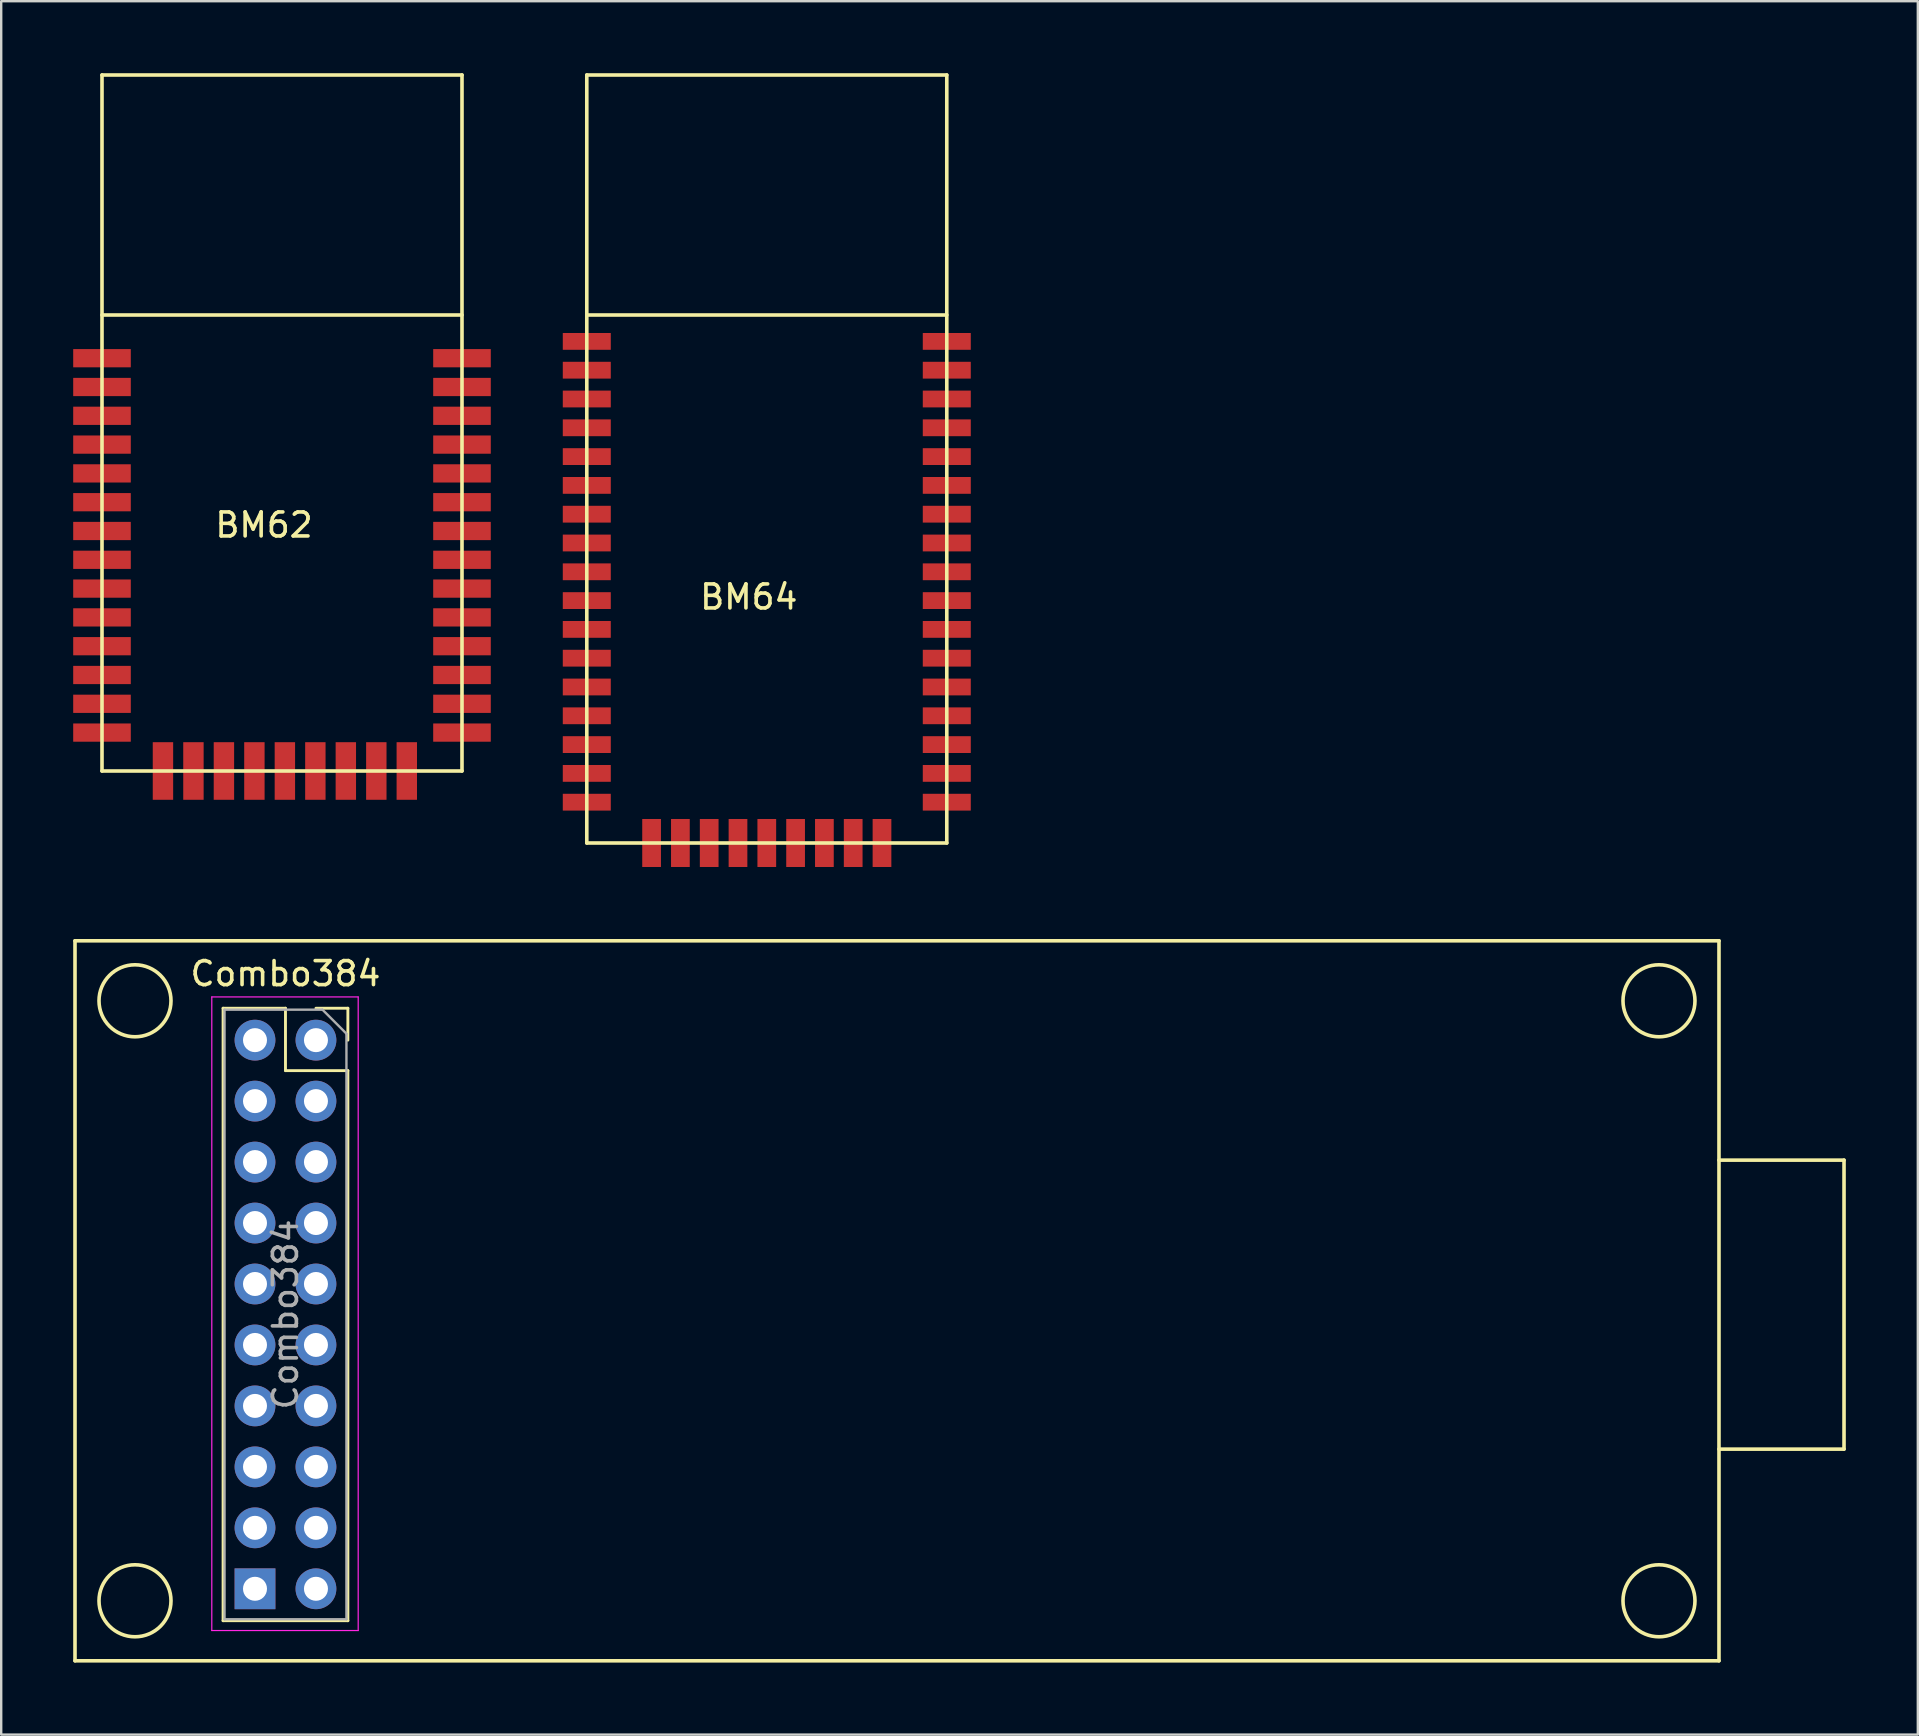
<source format=kicad_pcb>
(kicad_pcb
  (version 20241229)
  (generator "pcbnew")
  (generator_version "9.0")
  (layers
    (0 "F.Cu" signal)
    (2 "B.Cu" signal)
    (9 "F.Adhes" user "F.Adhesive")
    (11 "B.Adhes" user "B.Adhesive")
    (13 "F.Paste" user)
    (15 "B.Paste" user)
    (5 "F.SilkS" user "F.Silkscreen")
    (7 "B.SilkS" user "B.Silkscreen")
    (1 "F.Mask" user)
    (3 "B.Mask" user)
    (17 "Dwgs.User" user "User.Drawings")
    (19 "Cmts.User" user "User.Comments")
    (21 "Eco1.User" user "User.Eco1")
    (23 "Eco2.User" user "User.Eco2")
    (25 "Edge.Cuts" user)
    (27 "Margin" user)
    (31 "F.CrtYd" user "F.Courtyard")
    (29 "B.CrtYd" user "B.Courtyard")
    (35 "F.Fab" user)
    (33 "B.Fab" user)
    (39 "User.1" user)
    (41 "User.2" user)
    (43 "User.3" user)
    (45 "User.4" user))
  (footprint "BM64"
    (layer "F.Cu")
    (at 21.4 32.075)
    (property "Reference" "BM64" (at 6.75 -10.25 0) (layer "F.SilkS") (effects (font (size 1 1) (thickness 0.15))))
    (attr through_hole)
    (fp_line (start 0 -22) (end 15 -22) (stroke (width 0.15) (type solid)) (layer "F.SilkS"))
    (fp_line (start 0 0) (end 0 -32) (stroke (width 0.15) (type solid)) (layer "F.SilkS"))
    (fp_line (start 0 0) (end 15 0) (stroke (width 0.15) (type solid)) (layer "F.SilkS"))
    (fp_line (start 15 -32) (end 0 -32) (stroke (width 0.15) (type solid)) (layer "F.SilkS"))
    (fp_line (start 15 0) (end 15 -32) (stroke (width 0.15) (type solid)) (layer "F.SilkS"))
    (pad "1" smd rect (at 0 -20.9) (size 2 0.7) (layers "F.Cu" "F.Mask" "F.Paste"))
    (pad "2" smd rect (at 0 -19.7) (size 2 0.7) (layers "F.Cu" "F.Mask" "F.Paste"))
    (pad "3" smd rect (at 0 -18.5) (size 2 0.7) (layers "F.Cu" "F.Mask" "F.Paste"))
    (pad "4" smd rect (at 0 -17.3) (size 2 0.7) (layers "F.Cu" "F.Mask" "F.Paste"))
    (pad "5" smd rect (at 0 -16.1) (size 2 0.7) (layers "F.Cu" "F.Mask" "F.Paste"))
    (pad "6" smd rect (at 0 -14.9) (size 2 0.7) (layers "F.Cu" "F.Mask" "F.Paste"))
    (pad "7" smd rect (at 0 -13.7) (size 2 0.7) (layers "F.Cu" "F.Mask" "F.Paste"))
    (pad "8" smd rect (at 0 -12.5) (size 2 0.7) (layers "F.Cu" "F.Mask" "F.Paste"))
    (pad "9" smd rect (at 0 -11.3) (size 2 0.7) (layers "F.Cu" "F.Mask" "F.Paste"))
    (pad "10" smd rect (at 0 -10.1) (size 2 0.7) (layers "F.Cu" "F.Mask" "F.Paste"))
    (pad "11" smd rect (at 0 -8.9) (size 2 0.7) (layers "F.Cu" "F.Mask" "F.Paste"))
    (pad "12" smd rect (at 0 -7.7) (size 2 0.7) (layers "F.Cu" "F.Mask" "F.Paste"))
    (pad "13" smd rect (at 0 -6.5) (size 2 0.7) (layers "F.Cu" "F.Mask" "F.Paste"))
    (pad "14" smd rect (at 0 -5.3) (size 2 0.7) (layers "F.Cu" "F.Mask" "F.Paste"))
    (pad "15" smd rect (at 0 -4.1) (size 2 0.7) (layers "F.Cu" "F.Mask" "F.Paste"))
    (pad "16" smd rect (at 0 -2.9) (size 2 0.7) (layers "F.Cu" "F.Mask" "F.Paste"))
    (pad "17" smd rect (at 0 -1.7) (size 2 0.7) (layers "F.Cu" "F.Mask" "F.Paste"))
    (pad "18" smd rect (at 2.7 0) (size 0.78 2) (layers "F.Cu" "F.Mask" "F.Paste"))
    (pad "19" smd rect (at 3.9 0) (size 0.78 2) (layers "F.Cu" "F.Mask" "F.Paste"))
    (pad "20" smd rect (at 5.1 0) (size 0.78 2) (layers "F.Cu" "F.Mask" "F.Paste"))
    (pad "21" smd rect (at 6.3 0) (size 0.78 2) (layers "F.Cu" "F.Mask" "F.Paste"))
    (pad "22" smd rect (at 7.5 0) (size 0.78 2) (layers "F.Cu" "F.Mask" "F.Paste"))
    (pad "23" smd rect (at 8.7 0) (size 0.78 2) (layers "F.Cu" "F.Mask" "F.Paste"))
    (pad "24" smd rect (at 9.9 0) (size 0.78 2) (layers "F.Cu" "F.Mask" "F.Paste"))
    (pad "25" smd rect (at 11.1 0) (size 0.78 2) (layers "F.Cu" "F.Mask" "F.Paste"))
    (pad "26" smd rect (at 12.3 0) (size 0.78 2) (layers "F.Cu" "F.Mask" "F.Paste"))
    (pad "27" smd rect (at 15 -1.7) (size 2 0.7) (layers "F.Cu" "F.Mask" "F.Paste"))
    (pad "28" smd rect (at 15 -2.9) (size 2 0.7) (layers "F.Cu" "F.Mask" "F.Paste"))
    (pad "29" smd rect (at 15 -4.1) (size 2 0.7) (layers "F.Cu" "F.Mask" "F.Paste"))
    (pad "30" smd rect (at 15 -5.3) (size 2 0.7) (layers "F.Cu" "F.Mask" "F.Paste"))
    (pad "31" smd rect (at 15 -6.5) (size 2 0.7) (layers "F.Cu" "F.Mask" "F.Paste"))
    (pad "32" smd rect (at 15 -7.7) (size 2 0.7) (layers "F.Cu" "F.Mask" "F.Paste"))
    (pad "33" smd rect (at 15 -8.9) (size 2 0.7) (layers "F.Cu" "F.Mask" "F.Paste"))
    (pad "34" smd rect (at 15 -10.1) (size 2 0.7) (layers "F.Cu" "F.Mask" "F.Paste"))
    (pad "35" smd rect (at 15 -11.3) (size 2 0.7) (layers "F.Cu" "F.Mask" "F.Paste"))
    (pad "36" smd rect (at 15 -12.5) (size 2 0.7) (layers "F.Cu" "F.Mask" "F.Paste"))
    (pad "37" smd rect (at 15 -13.7) (size 2 0.7) (layers "F.Cu" "F.Mask" "F.Paste"))
    (pad "38" smd rect (at 15 -14.9) (size 2 0.7) (layers "F.Cu" "F.Mask" "F.Paste"))
    (pad "39" smd rect (at 15 -16.1) (size 2 0.7) (layers "F.Cu" "F.Mask" "F.Paste"))
    (pad "40" smd rect (at 15 -17.3) (size 2 0.7) (layers "F.Cu" "F.Mask" "F.Paste"))
    (pad "41" smd rect (at 15 -18.5) (size 2 0.7) (layers "F.Cu" "F.Mask" "F.Paste"))
    (pad "42" smd rect (at 15 -19.7) (size 2 0.7) (layers "F.Cu" "F.Mask" "F.Paste"))
    (pad "43" smd rect (at 15 -20.9) (size 2 0.7) (layers "F.Cu" "F.Mask" "F.Paste")))
  (footprint "Combo384"
    (layer "F.Cu")
    (at 10.115 40.29)
    (property "Reference" "Combo384" (at -1.27 -2.77 0) (layer "F.SilkS") (effects (font (size 1 1) (thickness 0.15))))
    (attr through_hole)
    (fp_line (start -10.04 -4.14) (end -10.04 25.86) (stroke (width 0.15) (type solid)) (layer "F.SilkS"))
    (fp_line (start -10.04 25.86) (end 58.46 25.86) (stroke (width 0.15) (type solid)) (layer "F.SilkS"))
    (fp_line (start -3.87 -1.33) (end -3.87 24.19) (stroke (width 0.12) (type solid)) (layer "F.SilkS"))
    (fp_line (start -3.87 -1.33) (end -1.27 -1.33) (stroke (width 0.12) (type solid)) (layer "F.SilkS"))
    (fp_line (start -3.87 24.19) (end 1.33 24.19) (stroke (width 0.12) (type solid)) (layer "F.SilkS"))
    (fp_line (start -1.27 -1.33) (end -1.27 1.27) (stroke (width 0.12) (type solid)) (layer "F.SilkS"))
    (fp_line (start -1.27 1.27) (end 1.33 1.27) (stroke (width 0.12) (type solid)) (layer "F.SilkS"))
    (fp_line (start 0 -1.33) (end 1.33 -1.33) (stroke (width 0.12) (type solid)) (layer "F.SilkS"))
    (fp_line (start 1.33 -1.33) (end 1.33 0) (stroke (width 0.12) (type solid)) (layer "F.SilkS"))
    (fp_line (start 1.33 1.27) (end 1.33 24.19) (stroke (width 0.12) (type solid)) (layer "F.SilkS"))
    (fp_line (start 58.46 -4.14) (end -10.04 -4.14) (stroke (width 0.15) (type solid)) (layer "F.SilkS"))
    (fp_line (start 58.46 5) (end 63.67 5) (stroke (width 0.15) (type solid)) (layer "F.SilkS"))
    (fp_line (start 58.46 25.86) (end 58.46 -4.14) (stroke (width 0.15) (type solid)) (layer "F.SilkS"))
    (fp_line (start 63.67 5) (end 63.67 17.04) (stroke (width 0.15) (type solid)) (layer "F.SilkS"))
    (fp_line (start 63.67 17.04) (end 58.46 17.04) (stroke (width 0.15) (type solid)) (layer "F.SilkS"))
    (fp_circle (center -7.54 -1.64) (end -6.04 -1.64) (stroke (width 0.15) (type solid)) (fill no) (layer "F.SilkS"))
    (fp_circle (center -7.54 23.36) (end -6.04 23.36) (stroke (width 0.15) (type solid)) (fill no) (layer "F.SilkS"))
    (fp_circle (center 55.96 -1.64) (end 57.46 -1.64) (stroke (width 0.15) (type solid)) (fill no) (layer "F.SilkS"))
    (fp_circle (center 55.96 23.36) (end 57.46 23.36) (stroke (width 0.15) (type solid)) (fill no) (layer "F.SilkS"))
    (fp_line (start -4.34 -1.8) (end 1.76 -1.8) (stroke (width 0.05) (type solid)) (layer "F.CrtYd"))
    (fp_line (start -4.34 24.6) (end -4.34 -1.8) (stroke (width 0.05) (type solid)) (layer "F.CrtYd"))
    (fp_line (start 1.76 -1.8) (end 1.76 24.6) (stroke (width 0.05) (type solid)) (layer "F.CrtYd"))
    (fp_line (start 1.76 24.6) (end -4.34 24.6) (stroke (width 0.05) (type solid)) (layer "F.CrtYd"))
    (fp_line (start -3.81 -1.27) (end 0.27 -1.27) (stroke (width 0.1) (type solid)) (layer "F.Fab"))
    (fp_line (start -3.81 24.13) (end -3.81 -1.27) (stroke (width 0.1) (type solid)) (layer "F.Fab"))
    (fp_line (start 0.27 -1.27) (end 1.27 -0.27) (stroke (width 0.1) (type solid)) (layer "F.Fab"))
    (fp_line (start 1.27 -0.27) (end 1.27 24.13) (stroke (width 0.1) (type solid)) (layer "F.Fab"))
    (fp_line (start 1.27 24.13) (end -3.81 24.13) (stroke (width 0.1) (type solid)) (layer "F.Fab"))
    (fp_text user "${REFERENCE}" (at -1.27 11.43 90) (layer "F.Fab") (effects (font (size 1 1) (thickness 0.15))))
    (pad "1" thru_hole rect (at -2.54 22.86) (size 1.7 1.7) (drill 1) (layers "*.Cu" "*.Mask"))
    (pad "2" thru_hole oval (at -2.54 20.32) (size 1.7 1.7) (drill 1) (layers "*.Cu" "*.Mask"))
    (pad "3" thru_hole oval (at -2.54 17.78) (size 1.7 1.7) (drill 1) (layers "*.Cu" "*.Mask"))
    (pad "4" thru_hole oval (at -2.54 15.24) (size 1.7 1.7) (drill 1) (layers "*.Cu" "*.Mask"))
    (pad "5" thru_hole oval (at -2.54 12.7) (size 1.7 1.7) (drill 1) (layers "*.Cu" "*.Mask"))
    (pad "6" thru_hole oval (at -2.54 10.16) (size 1.7 1.7) (drill 1) (layers "*.Cu" "*.Mask"))
    (pad "7" thru_hole oval (at -2.54 7.62) (size 1.7 1.7) (drill 1) (layers "*.Cu" "*.Mask"))
    (pad "8" thru_hole oval (at -2.54 5.08) (size 1.7 1.7) (drill 1) (layers "*.Cu" "*.Mask"))
    (pad "9" thru_hole oval (at -2.54 2.54) (size 1.7 1.7) (drill 1) (layers "*.Cu" "*.Mask"))
    (pad "10" thru_hole oval (at -2.54 0) (size 1.7 1.7) (drill 1) (layers "*.Cu" "*.Mask"))
    (pad "11" thru_hole oval (at 0 22.86) (size 1.7 1.7) (drill 1) (layers "*.Cu" "*.Mask"))
    (pad "12" thru_hole oval (at 0 20.32) (size 1.7 1.7) (drill 1) (layers "*.Cu" "*.Mask"))
    (pad "13" thru_hole oval (at 0 17.78) (size 1.7 1.7) (drill 1) (layers "*.Cu" "*.Mask"))
    (pad "14" thru_hole oval (at 0 15.24) (size 1.7 1.7) (drill 1) (layers "*.Cu" "*.Mask"))
    (pad "15" thru_hole oval (at 0 12.7) (size 1.7 1.7) (drill 1) (layers "*.Cu" "*.Mask"))
    (pad "16" thru_hole oval (at 0 10.16) (size 1.7 1.7) (drill 1) (layers "*.Cu" "*.Mask"))
    (pad "17" thru_hole oval (at 0 7.62) (size 1.7 1.7) (drill 1) (layers "*.Cu" "*.Mask"))
    (pad "18" thru_hole oval (at 0 5.08) (size 1.7 1.7) (drill 1) (layers "*.Cu" "*.Mask"))
    (pad "19" thru_hole oval (at 0 2.54) (size 1.7 1.7) (drill 1) (layers "*.Cu" "*.Mask"))
    (pad "20" thru_hole oval (at 0 0) (size 1.7 1.7) (drill 1) (layers "*.Cu" "*.Mask")))
  (footprint "BM62"
    (layer "F.Cu")
    (at 1.2 29.075)
    (property "Reference" "BM62" (at 6.75 -10.25 0) (layer "F.SilkS") (effects (font (size 1 1) (thickness 0.15))))
    (attr through_hole)
    (fp_line (start 0 -19) (end 15 -19) (stroke (width 0.15) (type solid)) (layer "F.SilkS"))
    (fp_line (start 0 0) (end 0 -29) (stroke (width 0.15) (type solid)) (layer "F.SilkS"))
    (fp_line (start 0 0) (end 15 0) (stroke (width 0.15) (type solid)) (layer "F.SilkS"))
    (fp_line (start 15 -29) (end 0 -29) (stroke (width 0.15) (type solid)) (layer "F.SilkS"))
    (fp_line (start 15 0) (end 15 -29) (stroke (width 0.15) (type solid)) (layer "F.SilkS"))
    (pad "1" smd rect (at 0 -17.2) (size 2.4 0.76) (layers "F.Cu" "F.Mask" "F.Paste"))
    (pad "2" smd rect (at 0 -16) (size 2.4 0.76) (layers "F.Cu" "F.Mask" "F.Paste"))
    (pad "3" smd rect (at 0 -14.8) (size 2.4 0.76) (layers "F.Cu" "F.Mask" "F.Paste"))
    (pad "4" smd rect (at 0 -13.6) (size 2.4 0.76) (layers "F.Cu" "F.Mask" "F.Paste"))
    (pad "5" smd rect (at 0 -12.4) (size 2.4 0.76) (layers "F.Cu" "F.Mask" "F.Paste"))
    (pad "6" smd rect (at 0 -11.2) (size 2.4 0.76) (layers "F.Cu" "F.Mask" "F.Paste"))
    (pad "7" smd rect (at 0 -10) (size 2.4 0.76) (layers "F.Cu" "F.Mask" "F.Paste"))
    (pad "8" smd rect (at 0 -8.8) (size 2.4 0.76) (layers "F.Cu" "F.Mask" "F.Paste"))
    (pad "9" smd rect (at 0 -7.6) (size 2.4 0.76) (layers "F.Cu" "F.Mask" "F.Paste"))
    (pad "10" smd rect (at 0 -6.4) (size 2.4 0.76) (layers "F.Cu" "F.Mask" "F.Paste"))
    (pad "11" smd rect (at 0 -5.2) (size 2.4 0.76) (layers "F.Cu" "F.Mask" "F.Paste"))
    (pad "12" smd rect (at 0 -4) (size 2.4 0.76) (layers "F.Cu" "F.Mask" "F.Paste"))
    (pad "13" smd rect (at 0 -2.8) (size 2.4 0.76) (layers "F.Cu" "F.Mask" "F.Paste"))
    (pad "14" smd rect (at 0 -1.6) (size 2.4 0.76) (layers "F.Cu" "F.Mask" "F.Paste"))
    (pad "15" smd rect (at 2.54 0) (size 0.85 2.4) (layers "F.Cu" "F.Mask" "F.Paste"))
    (pad "16" smd rect (at 3.81 0) (size 0.85 2.4) (layers "F.Cu" "F.Mask" "F.Paste"))
    (pad "17" smd rect (at 5.08 0) (size 0.85 2.4) (layers "F.Cu" "F.Mask" "F.Paste"))
    (pad "18" smd rect (at 6.35 0) (size 0.85 2.4) (layers "F.Cu" "F.Mask" "F.Paste"))
    (pad "19" smd rect (at 7.62 0) (size 0.85 2.4) (layers "F.Cu" "F.Mask" "F.Paste"))
    (pad "20" smd rect (at 8.89 0) (size 0.85 2.4) (layers "F.Cu" "F.Mask" "F.Paste"))
    (pad "21" smd rect (at 10.16 0) (size 0.85 2.4) (layers "F.Cu" "F.Mask" "F.Paste"))
    (pad "22" smd rect (at 11.43 0) (size 0.85 2.4) (layers "F.Cu" "F.Mask" "F.Paste"))
    (pad "23" smd rect (at 12.7 0) (size 0.85 2.4) (layers "F.Cu" "F.Mask" "F.Paste"))
    (pad "24" smd rect (at 15 -1.6) (size 2.4 0.76) (layers "F.Cu" "F.Mask" "F.Paste"))
    (pad "25" smd rect (at 15 -2.8) (size 2.4 0.76) (layers "F.Cu" "F.Mask" "F.Paste"))
    (pad "26" smd rect (at 15 -4) (size 2.4 0.76) (layers "F.Cu" "F.Mask" "F.Paste"))
    (pad "27" smd rect (at 15 -5.2) (size 2.4 0.76) (layers "F.Cu" "F.Mask" "F.Paste"))
    (pad "28" smd rect (at 15 -6.4) (size 2.4 0.76) (layers "F.Cu" "F.Mask" "F.Paste"))
    (pad "29" smd rect (at 15 -7.6) (size 2.4 0.76) (layers "F.Cu" "F.Mask" "F.Paste"))
    (pad "30" smd rect (at 15 -8.8) (size 2.4 0.76) (layers "F.Cu" "F.Mask" "F.Paste"))
    (pad "31" smd rect (at 15 -10) (size 2.4 0.76) (layers "F.Cu" "F.Mask" "F.Paste"))
    (pad "32" smd rect (at 15 -11.2) (size 2.4 0.76) (layers "F.Cu" "F.Mask" "F.Paste"))
    (pad "33" smd rect (at 15 -12.4) (size 2.4 0.76) (layers "F.Cu" "F.Mask" "F.Paste"))
    (pad "34" smd rect (at 15 -13.6) (size 2.4 0.76) (layers "F.Cu" "F.Mask" "F.Paste"))
    (pad "35" smd rect (at 15 -14.8) (size 2.4 0.76) (layers "F.Cu" "F.Mask" "F.Paste"))
    (pad "36" smd rect (at 15 -16) (size 2.4 0.76) (layers "F.Cu" "F.Mask" "F.Paste"))
    (pad "37" smd rect (at 15 -17.2) (size 2.4 0.76) (layers "F.Cu" "F.Mask" "F.Paste")))
  (gr_rect
    (start -3 -3)
    (end 76.86 69.225)
    (stroke (width 0.1) (type default))
    (fill no)
    (layer "Edge.Cuts")))
</source>
